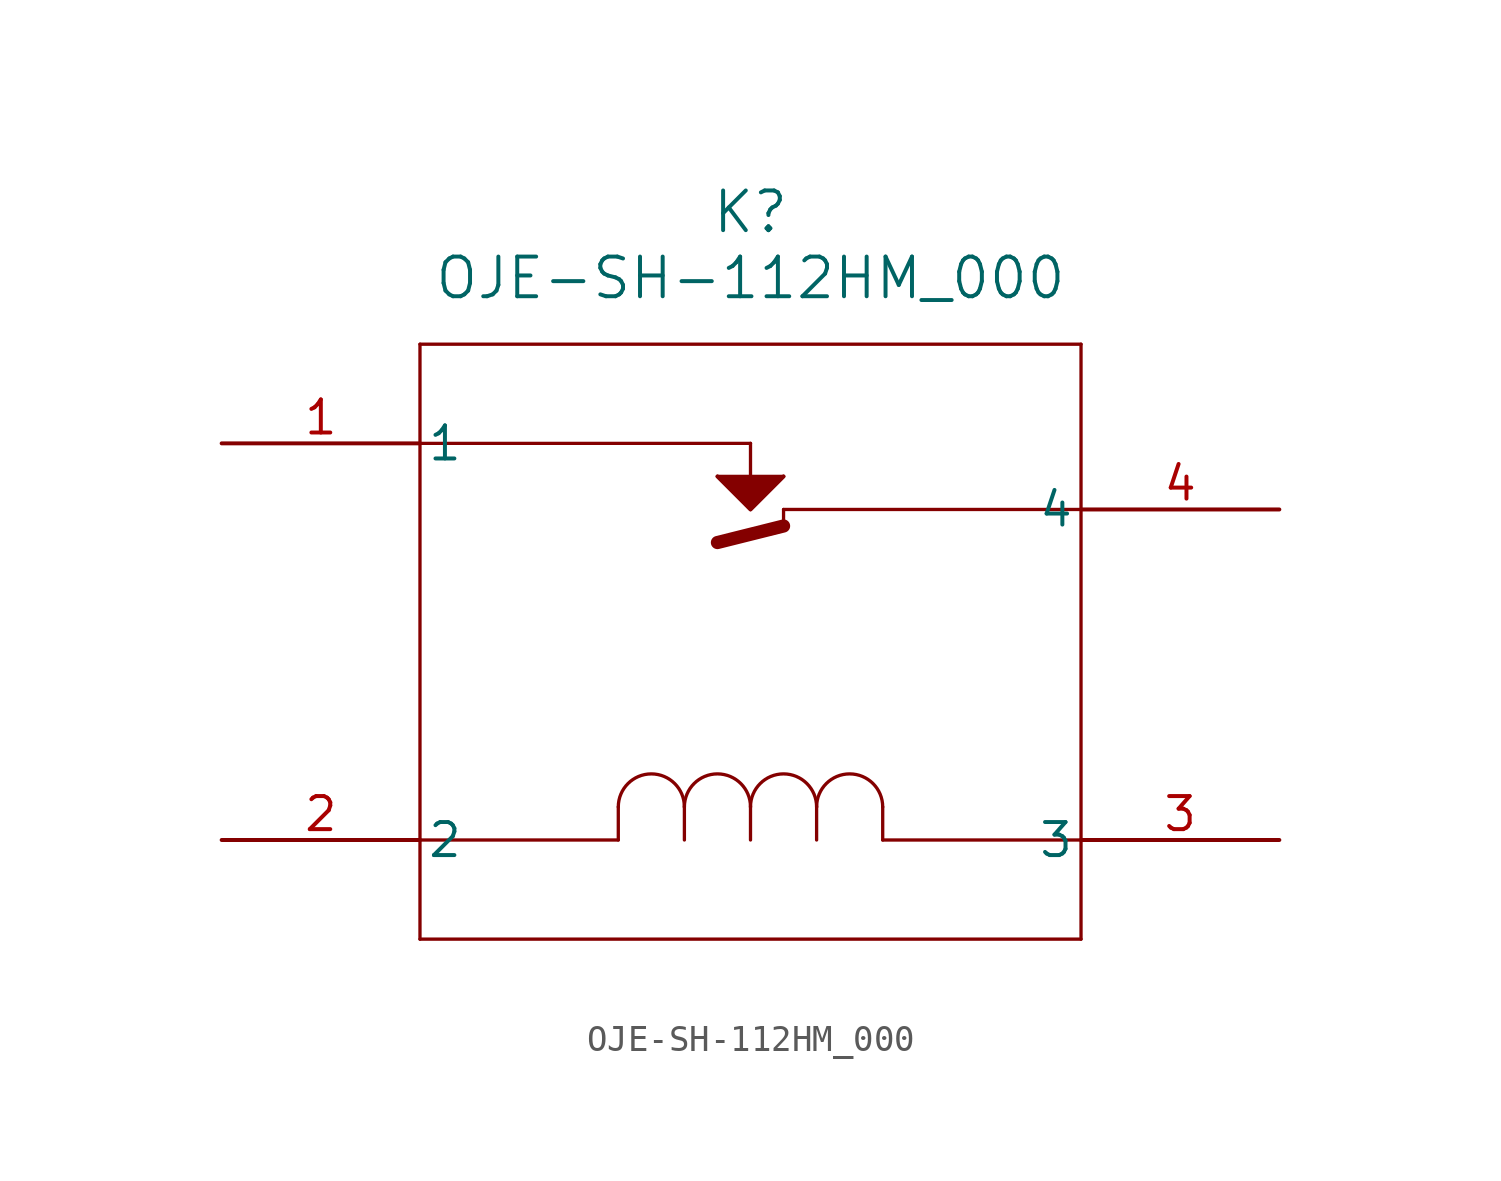
<source format=kicad_sym>
(kicad_symbol_lib
  (version 20211014)
  (generator kicad_symbol_editor)
  (symbol "OJE-SH-112HM_000"
    (pin_names
      (offset 0.254))
    (property "Reference" "K"
      (at 20.32 8.89 0)
      (effects (font (size 1.524 1.524))))
    (property "Value" "OJE-SH-112HM_000"
      (at 20.32 6.35 0)
      (effects (font (size 1.524 1.524))))
    (symbol "OJE-SH-112HM_000_0_1"
      (polyline (pts (xy 7.62 3.81) (xy 7.62 -19.05)) (stroke (width 0.127) (type default) (color 0 0 0 0)) (fill (type none)))
      (polyline (pts (xy 7.62 -19.05) (xy 33.02 -19.05)) (stroke (width 0.127) (type default) (color 0 0 0 0)) (fill (type none)))
      (polyline (pts (xy 33.02 -19.05) (xy 33.02 3.81)) (stroke (width 0.127) (type default) (color 0 0 0 0)) (fill (type none)))
      (polyline (pts (xy 33.02 3.81) (xy 7.62 3.81)) (stroke (width 0.127) (type default) (color 0 0 0 0)) (fill (type none)))
      (arc (start 22.86 -13.97) (mid 21.59 -12.7) (end 20.32 -13.97) (stroke (width 0.127) (type default) (color 0 0 0 0)) (fill (type none)))
      (arc (start 25.4 -13.97) (mid 24.13 -12.7) (end 22.86 -13.97) (stroke (width 0.127) (type default) (color 0 0 0 0)) (fill (type none)))
      (arc (start 17.78 -13.97) (mid 16.51 -12.7) (end 15.24 -13.97) (stroke (width 0.127) (type default) (color 0 0 0 0)) (fill (type none)))
      (arc (start 20.32 -13.97) (mid 19.05 -12.7) (end 17.78 -13.97) (stroke (width 0.127) (type default) (color 0 0 0 0)) (fill (type none)))
      (polyline (pts (xy 15.24 -13.97) (xy 15.24 -15.24)) (stroke (width 0.127) (type default) (color 0 0 0 0)) (fill (type none)))
      (polyline (pts (xy 25.4 -13.97) (xy 25.4 -15.24)) (stroke (width 0.127) (type default) (color 0 0 0 0)) (fill (type none)))
      (polyline (pts (xy 20.32 -2.54) (xy 19.05 -1.27)) (stroke (width 0.127) (type default) (color 0 0 0 0)) (fill (type none)))
      (polyline (pts (xy 19.05 -1.27) (xy 21.59 -1.27)) (stroke (width 0.127) (type default) (color 0 0 0 0)) (fill (type none)))
      (polyline (pts (xy 20.32 -2.54) (xy 21.59 -1.27)) (stroke (width 0.127) (type default) (color 0 0 0 0)) (fill (type none)))
      (polyline (pts (xy 20.32 -1.27) (xy 20.32 0)) (stroke (width 0.127) (type default) (color 0 0 0 0)) (fill (type none)))
      (polyline (pts (xy 20.32 0) (xy 7.62 0)) (stroke (width 0.127) (type default) (color 0 0 0 0)) (fill (type none)))
      (polyline (pts (xy 7.62 -15.24) (xy 15.24 -15.24)) (stroke (width 0.127) (type default) (color 0 0 0 0)) (fill (type none)))
      (polyline (pts (xy 25.4 -15.24) (xy 33.02 -15.24)) (stroke (width 0.127) (type default) (color 0 0 0 0)) (fill (type none)))
      (polyline (pts (xy 21.59 -3.175) (xy 19.05 -3.81)) (stroke (width 0.508) (type default) (color 0 0 0 0)) (fill (type none)))
      (polyline (pts (xy 33.02 -2.54) (xy 21.59 -2.54)) (stroke (width 0.127) (type default) (color 0 0 0 0)) (fill (type none)))
      (polyline (pts (xy 21.59 -2.54) (xy 21.59 -3.175)) (stroke (width 0.127) (type default) (color 0 0 0 0)) (fill (type none)))
      (polyline (pts (xy 19.05 -1.27) (xy 20.32 -2.54) (xy 21.59 -1.27)) (stroke (width 0) (type default) (color 0 0 0 0)) (fill (type outline)))
      (polyline (pts (xy 17.78 -13.97) (xy 17.78 -15.24)) (stroke (width 0.127) (type default) (color 0 0 0 0)) (fill (type none)))
      (polyline (pts (xy 20.32 -13.97) (xy 20.32 -15.24)) (stroke (width 0.127) (type default) (color 0 0 0 0)) (fill (type none)))
      (polyline (pts (xy 22.86 -13.97) (xy 22.86 -15.24)) (stroke (width 0.127) (type default) (color 0 0 0 0)) (fill (type none)))
      (pin unspecified line (at 0 0 0) (length 7.62) (name "1" (effects (font (size 1.27 1.27)))) (number "1" (effects (font (size 1.27 1.27)))))
      (pin unspecified line (at 0 -15.24 0) (length 7.62) (name "2" (effects (font (size 1.27 1.27)))) (number "2" (effects (font (size 1.27 1.27)))))
      (pin unspecified line (at 40.64 -15.24 180) (length 7.62) (name "3" (effects (font (size 1.27 1.27)))) (number "3" (effects (font (size 1.27 1.27)))))
      (pin unspecified line (at 40.64 -2.54 180) (length 7.62) (name "4" (effects (font (size 1.27 1.27)))) (number "4" (effects (font (size 1.27 1.27))))))))
</source>
